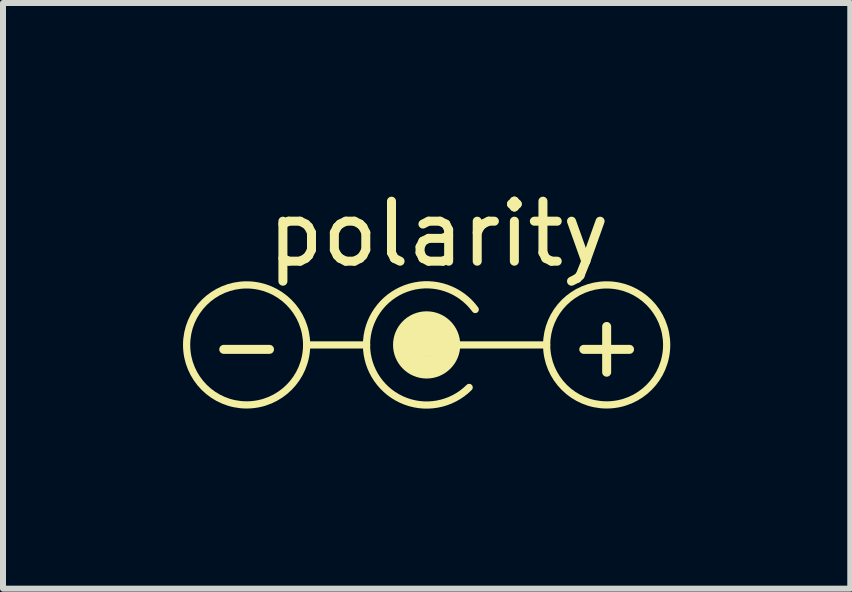
<source format=kicad_pcb>
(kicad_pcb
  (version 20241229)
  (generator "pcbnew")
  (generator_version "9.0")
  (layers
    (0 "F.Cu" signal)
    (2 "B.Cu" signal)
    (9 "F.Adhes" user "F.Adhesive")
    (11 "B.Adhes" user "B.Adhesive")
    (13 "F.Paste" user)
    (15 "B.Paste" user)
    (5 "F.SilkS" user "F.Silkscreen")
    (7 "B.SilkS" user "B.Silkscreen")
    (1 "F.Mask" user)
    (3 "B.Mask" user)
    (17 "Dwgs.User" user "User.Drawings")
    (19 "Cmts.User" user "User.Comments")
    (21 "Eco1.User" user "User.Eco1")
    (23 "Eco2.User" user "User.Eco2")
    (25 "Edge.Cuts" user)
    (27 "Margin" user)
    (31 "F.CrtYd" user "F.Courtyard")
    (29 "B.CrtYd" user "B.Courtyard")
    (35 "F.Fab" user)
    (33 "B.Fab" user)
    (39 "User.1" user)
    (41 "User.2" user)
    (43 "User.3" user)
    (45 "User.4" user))
  (footprint "polarity"
    (layer "F.Cu")
    (at 4.26 1.348)
    (property "Reference" "polarity" (at 0 -0.5 0) (unlocked yes) (layer "F.SilkS") (effects (font (size 1 1) (thickness 0.15))))
    (attr smd)
    (fp_line (start -2.2 1.35) (end -1.2 1.35) (stroke (width 0.12) (type solid)) (layer "F.SilkS"))
    (fp_line (start -0.2 1.35) (end 1.8 1.35) (stroke (width 0.12) (type solid)) (layer "F.SilkS"))
    (fp_arc (start 0.50859 2.05859) (mid -1.199056 1.271981) (end 0.61 0.76) (stroke (width 0.12) (type solid)) (layer "F.SilkS"))
    (fp_circle (center -3.2 1.35) (end -3.2 0.35) (stroke (width 0.12) (type solid)) (fill no) (layer "F.SilkS"))
    (fp_circle (center -0.2 1.35) (end -0.22 1.21) (stroke (width 0.12) (type solid)) (fill no) (layer "F.SilkS"))
    (fp_circle (center -0.2 1.35) (end -0.2 0.85) (stroke (width 0.12) (type solid)) (fill no) (layer "F.SilkS"))
    (fp_circle (center -0.2 1.35) (end -0.2 0.95) (stroke (width 0.12) (type solid)) (fill no) (layer "F.SilkS"))
    (fp_circle (center -0.2 1.35) (end -0.2 1.1) (stroke (width 0.12) (type solid)) (fill no) (layer "F.SilkS"))
    (fp_circle (center -0.2 1.35) (end -0.2 1.25) (stroke (width 0.12) (type solid)) (fill no) (layer "F.SilkS"))
    (fp_circle (center -0.2 1.35) (end -0.18 1.04) (stroke (width 0.12) (type solid)) (fill no) (layer "F.SilkS"))
    (fp_circle (center 2.8 1.35) (end 2.8 0.35) (stroke (width 0.12) (type solid)) (fill no) (layer "F.SilkS"))
    (fp_text user "-" (at -3.2 1.35 0) (layer "F.SilkS") (effects (font (size 1 1) (thickness 0.15))))
    (fp_text user "+" (at 2.8 1.35 0) (layer "F.SilkS") (effects (font (size 1 1) (thickness 0.15)))))
  (gr_rect
    (start -3 -3)
    (end 11.12 6.76)
    (stroke (width 0.1) (type default))
    (fill no)
    (layer "Edge.Cuts")))
</source>
